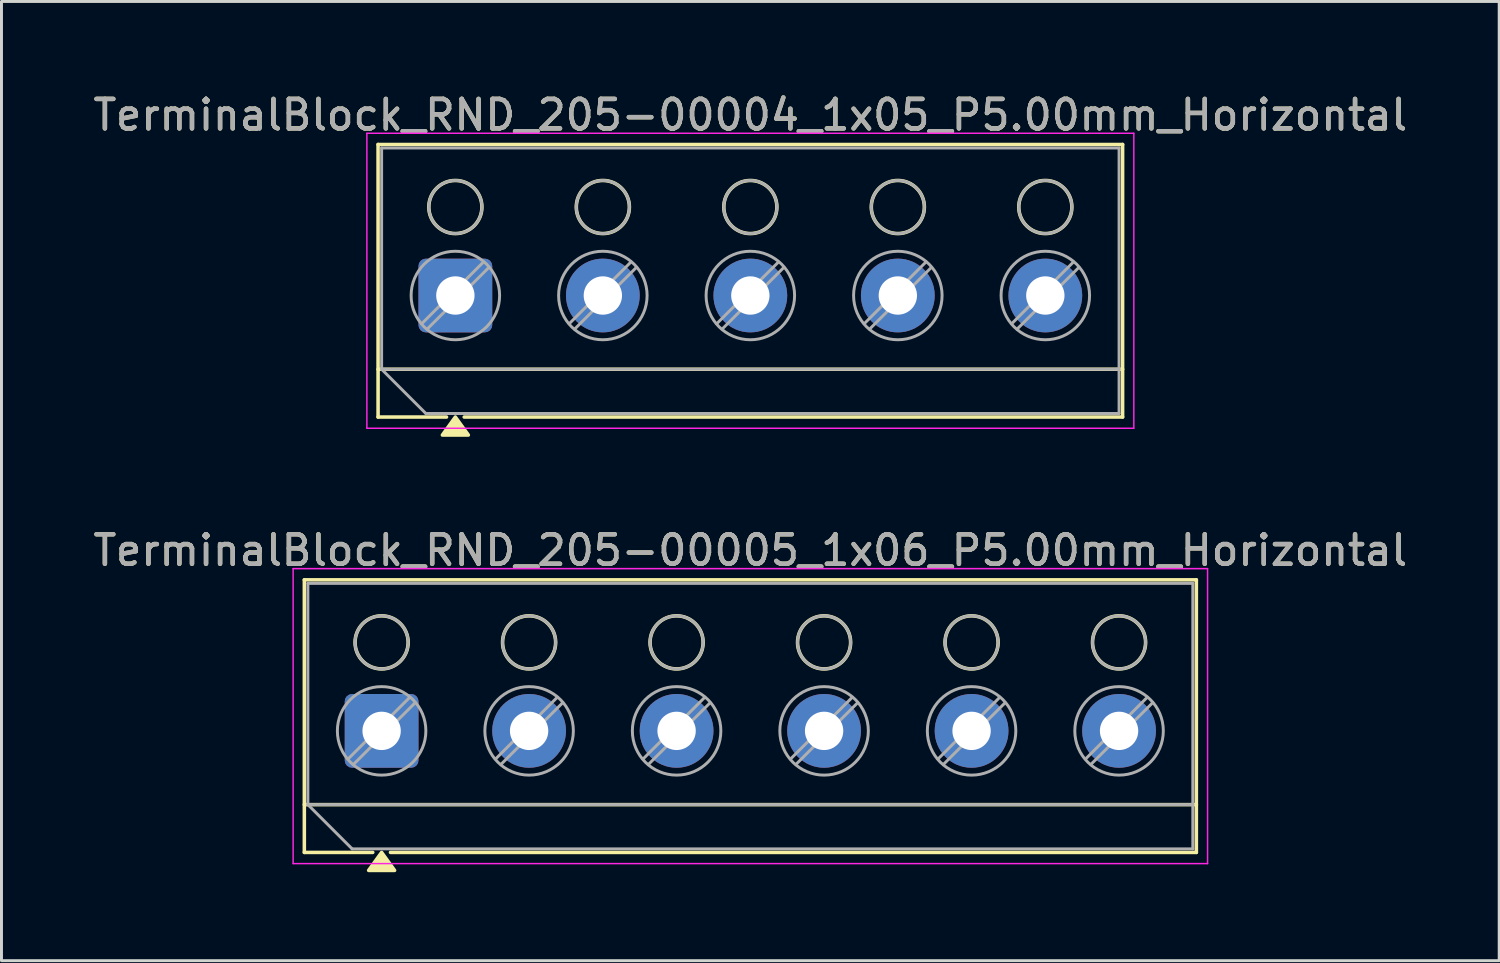
<source format=kicad_pcb>
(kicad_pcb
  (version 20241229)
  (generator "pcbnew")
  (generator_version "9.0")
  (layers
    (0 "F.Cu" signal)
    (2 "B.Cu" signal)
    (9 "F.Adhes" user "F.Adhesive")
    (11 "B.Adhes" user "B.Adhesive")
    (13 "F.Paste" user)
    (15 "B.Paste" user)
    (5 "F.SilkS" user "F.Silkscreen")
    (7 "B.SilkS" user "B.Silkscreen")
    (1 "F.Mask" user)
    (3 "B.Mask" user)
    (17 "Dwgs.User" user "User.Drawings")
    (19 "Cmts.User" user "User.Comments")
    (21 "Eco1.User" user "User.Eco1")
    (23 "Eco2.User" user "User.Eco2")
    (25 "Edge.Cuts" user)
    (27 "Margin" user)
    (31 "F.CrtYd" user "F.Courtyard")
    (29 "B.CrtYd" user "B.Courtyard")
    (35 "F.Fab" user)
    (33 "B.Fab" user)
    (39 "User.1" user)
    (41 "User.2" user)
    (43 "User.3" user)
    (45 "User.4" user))
  (footprint "TerminalBlock_RND_205-00005_1x06_P5.00mm_Horizontal"
    (layer "F.Cu")
    (at 9.887 21.727)
    (property "Reference" "TerminalBlock_RND_205-00005_1x06_P5.00mm_Horizontal" (at 12.5 -6.12 0) (layer "F.SilkS") (effects (font (size 1 1) (thickness 0.15))))
    (attr through_hole)
    (fp_line (start -2.62 -5.12) (end -2.62 4.12) (stroke (width 0.12) (type solid)) (layer "F.SilkS"))
    (fp_line (start -2.62 -5.12) (end 27.62 -5.12) (stroke (width 0.12) (type solid)) (layer "F.SilkS"))
    (fp_line (start -2.62 2.5) (end 27.62 2.5) (stroke (width 0.12) (type solid)) (layer "F.SilkS"))
    (fp_line (start -2.62 4.12) (end -0.3 4.12) (stroke (width 0.12) (type solid)) (layer "F.SilkS"))
    (fp_line (start 0.3 4.12) (end 27.62 4.12) (stroke (width 0.12) (type solid)) (layer "F.SilkS"))
    (fp_line (start 27.62 -5.12) (end 27.62 4.12) (stroke (width 0.12) (type solid)) (layer "F.SilkS"))
    (fp_circle (center 0 -3) (end 0.9 -3) (stroke (width 0.12) (type solid)) (fill no) (layer "F.SilkS"))
    (fp_circle (center 5 -3) (end 5.9 -3) (stroke (width 0.12) (type solid)) (fill no) (layer "F.SilkS"))
    (fp_circle (center 10 -3) (end 10.9 -3) (stroke (width 0.12) (type solid)) (fill no) (layer "F.SilkS"))
    (fp_circle (center 15 -3) (end 15.9 -3) (stroke (width 0.12) (type solid)) (fill no) (layer "F.SilkS"))
    (fp_circle (center 20 -3) (end 20.9 -3) (stroke (width 0.12) (type solid)) (fill no) (layer "F.SilkS"))
    (fp_circle (center 25 -3) (end 25.9 -3) (stroke (width 0.12) (type solid)) (fill no) (layer "F.SilkS"))
    (fp_poly (pts (xy 0 4.12) (xy 0.44 4.73) (xy -0.44 4.73)) (stroke (width 0.12) (type solid)) (fill yes) (layer "F.SilkS"))
    (fp_line (start -3 -5.5) (end -3 4.5) (stroke (width 0.05) (type solid)) (layer "F.CrtYd"))
    (fp_line (start -3 4.5) (end 28 4.5) (stroke (width 0.05) (type solid)) (layer "F.CrtYd"))
    (fp_line (start 28 -5.5) (end -3 -5.5) (stroke (width 0.05) (type solid)) (layer "F.CrtYd"))
    (fp_line (start 28 4.5) (end 28 -5.5) (stroke (width 0.05) (type solid)) (layer "F.CrtYd"))
    (fp_line (start -2.5 -5) (end 27.5 -5) (stroke (width 0.1) (type solid)) (layer "F.Fab"))
    (fp_line (start -2.5 2.5) (end -2.5 -5) (stroke (width 0.1) (type solid)) (layer "F.Fab"))
    (fp_line (start -2.5 2.5) (end 27.5 2.5) (stroke (width 0.1) (type solid)) (layer "F.Fab"))
    (fp_line (start -1 4) (end -2.5 2.5) (stroke (width 0.1) (type solid)) (layer "F.Fab"))
    (fp_line (start 0.955 -1.138) (end -1.138 0.954) (stroke (width 0.1) (type solid)) (layer "F.Fab"))
    (fp_line (start 1.138 -0.954) (end -0.955 1.137) (stroke (width 0.1) (type solid)) (layer "F.Fab"))
    (fp_line (start 5.955 -1.138) (end 3.862 0.954) (stroke (width 0.1) (type solid)) (layer "F.Fab"))
    (fp_line (start 6.138 -0.954) (end 4.045 1.137) (stroke (width 0.1) (type solid)) (layer "F.Fab"))
    (fp_line (start 10.955 -1.138) (end 8.862 0.954) (stroke (width 0.1) (type solid)) (layer "F.Fab"))
    (fp_line (start 11.138 -0.954) (end 9.045 1.137) (stroke (width 0.1) (type solid)) (layer "F.Fab"))
    (fp_line (start 15.955 -1.138) (end 13.862 0.954) (stroke (width 0.1) (type solid)) (layer "F.Fab"))
    (fp_line (start 16.138 -0.954) (end 14.045 1.137) (stroke (width 0.1) (type solid)) (layer "F.Fab"))
    (fp_line (start 20.955 -1.138) (end 18.862 0.954) (stroke (width 0.1) (type solid)) (layer "F.Fab"))
    (fp_line (start 21.138 -0.954) (end 19.045 1.137) (stroke (width 0.1) (type solid)) (layer "F.Fab"))
    (fp_line (start 25.955 -1.138) (end 23.862 0.954) (stroke (width 0.1) (type solid)) (layer "F.Fab"))
    (fp_line (start 26.138 -0.954) (end 24.045 1.137) (stroke (width 0.1) (type solid)) (layer "F.Fab"))
    (fp_line (start 27.5 -5) (end 27.5 4) (stroke (width 0.1) (type solid)) (layer "F.Fab"))
    (fp_line (start 27.5 4) (end -1 4) (stroke (width 0.1) (type solid)) (layer "F.Fab"))
    (fp_circle (center 0 -3) (end 0.9 -3) (stroke (width 0.1) (type solid)) (fill no) (layer "F.Fab"))
    (fp_circle (center 0 0) (end 1.5 0) (stroke (width 0.1) (type solid)) (fill no) (layer "F.Fab"))
    (fp_circle (center 5 -3) (end 5.9 -3) (stroke (width 0.1) (type solid)) (fill no) (layer "F.Fab"))
    (fp_circle (center 5 0) (end 6.5 0) (stroke (width 0.1) (type solid)) (fill no) (layer "F.Fab"))
    (fp_circle (center 10 -3) (end 10.9 -3) (stroke (width 0.1) (type solid)) (fill no) (layer "F.Fab"))
    (fp_circle (center 10 0) (end 11.5 0) (stroke (width 0.1) (type solid)) (fill no) (layer "F.Fab"))
    (fp_circle (center 15 -3) (end 15.9 -3) (stroke (width 0.1) (type solid)) (fill no) (layer "F.Fab"))
    (fp_circle (center 15 0) (end 16.5 0) (stroke (width 0.1) (type solid)) (fill no) (layer "F.Fab"))
    (fp_circle (center 20 -3) (end 20.9 -3) (stroke (width 0.1) (type solid)) (fill no) (layer "F.Fab"))
    (fp_circle (center 20 0) (end 21.5 0) (stroke (width 0.1) (type solid)) (fill no) (layer "F.Fab"))
    (fp_circle (center 25 -3) (end 25.9 -3) (stroke (width 0.1) (type solid)) (fill no) (layer "F.Fab"))
    (fp_circle (center 25 0) (end 26.5 0) (stroke (width 0.1) (type solid)) (fill no) (layer "F.Fab"))
    (fp_text user "${REFERENCE}" (at 12.5 -6.12 0) (layer "F.Fab") (effects (font (size 1 1) (thickness 0.15))))
    (pad "1" thru_hole roundrect (at 0 0) (size 2.5 2.5) (drill 1.3) (layers "*.Cu" "*.Mask") (roundrect_rratio 0.1))
    (pad "2" thru_hole circle (at 5 0) (size 2.5 2.5) (drill 1.3) (layers "*.Cu" "*.Mask"))
    (pad "3" thru_hole circle (at 10 0) (size 2.5 2.5) (drill 1.3) (layers "*.Cu" "*.Mask"))
    (pad "4" thru_hole circle (at 15 0) (size 2.5 2.5) (drill 1.3) (layers "*.Cu" "*.Mask"))
    (pad "5" thru_hole circle (at 20 0) (size 2.5 2.5) (drill 1.3) (layers "*.Cu" "*.Mask"))
    (pad "6" thru_hole circle (at 25 0) (size 2.5 2.5) (drill 1.3) (layers "*.Cu" "*.Mask")))
  (footprint "TerminalBlock_RND_205-00004_1x05_P5.00mm_Horizontal"
    (layer "F.Cu")
    (at 12.387 6.968)
    (property "Reference" "TerminalBlock_RND_205-00004_1x05_P5.00mm_Horizontal" (at 10 -6.12 0) (layer "F.SilkS") (effects (font (size 1 1) (thickness 0.15))))
    (attr through_hole)
    (fp_line (start -2.62 -5.12) (end -2.62 4.12) (stroke (width 0.12) (type solid)) (layer "F.SilkS"))
    (fp_line (start -2.62 -5.12) (end 22.62 -5.12) (stroke (width 0.12) (type solid)) (layer "F.SilkS"))
    (fp_line (start -2.62 2.5) (end 22.62 2.5) (stroke (width 0.12) (type solid)) (layer "F.SilkS"))
    (fp_line (start -2.62 4.12) (end -0.3 4.12) (stroke (width 0.12) (type solid)) (layer "F.SilkS"))
    (fp_line (start 0.3 4.12) (end 22.62 4.12) (stroke (width 0.12) (type solid)) (layer "F.SilkS"))
    (fp_line (start 22.62 -5.12) (end 22.62 4.12) (stroke (width 0.12) (type solid)) (layer "F.SilkS"))
    (fp_circle (center 0 -3) (end 0.9 -3) (stroke (width 0.12) (type solid)) (fill no) (layer "F.SilkS"))
    (fp_circle (center 5 -3) (end 5.9 -3) (stroke (width 0.12) (type solid)) (fill no) (layer "F.SilkS"))
    (fp_circle (center 10 -3) (end 10.9 -3) (stroke (width 0.12) (type solid)) (fill no) (layer "F.SilkS"))
    (fp_circle (center 15 -3) (end 15.9 -3) (stroke (width 0.12) (type solid)) (fill no) (layer "F.SilkS"))
    (fp_circle (center 20 -3) (end 20.9 -3) (stroke (width 0.12) (type solid)) (fill no) (layer "F.SilkS"))
    (fp_poly (pts (xy 0 4.12) (xy 0.44 4.73) (xy -0.44 4.73)) (stroke (width 0.12) (type solid)) (fill yes) (layer "F.SilkS"))
    (fp_line (start -3 -5.5) (end -3 4.5) (stroke (width 0.05) (type solid)) (layer "F.CrtYd"))
    (fp_line (start -3 4.5) (end 23 4.5) (stroke (width 0.05) (type solid)) (layer "F.CrtYd"))
    (fp_line (start 23 -5.5) (end -3 -5.5) (stroke (width 0.05) (type solid)) (layer "F.CrtYd"))
    (fp_line (start 23 4.5) (end 23 -5.5) (stroke (width 0.05) (type solid)) (layer "F.CrtYd"))
    (fp_line (start -2.5 -5) (end 22.5 -5) (stroke (width 0.1) (type solid)) (layer "F.Fab"))
    (fp_line (start -2.5 2.5) (end -2.5 -5) (stroke (width 0.1) (type solid)) (layer "F.Fab"))
    (fp_line (start -2.5 2.5) (end 22.5 2.5) (stroke (width 0.1) (type solid)) (layer "F.Fab"))
    (fp_line (start -1 4) (end -2.5 2.5) (stroke (width 0.1) (type solid)) (layer "F.Fab"))
    (fp_line (start 0.955 -1.138) (end -1.138 0.954) (stroke (width 0.1) (type solid)) (layer "F.Fab"))
    (fp_line (start 1.138 -0.954) (end -0.955 1.137) (stroke (width 0.1) (type solid)) (layer "F.Fab"))
    (fp_line (start 5.955 -1.138) (end 3.862 0.954) (stroke (width 0.1) (type solid)) (layer "F.Fab"))
    (fp_line (start 6.138 -0.954) (end 4.045 1.137) (stroke (width 0.1) (type solid)) (layer "F.Fab"))
    (fp_line (start 10.955 -1.138) (end 8.862 0.954) (stroke (width 0.1) (type solid)) (layer "F.Fab"))
    (fp_line (start 11.138 -0.954) (end 9.045 1.137) (stroke (width 0.1) (type solid)) (layer "F.Fab"))
    (fp_line (start 15.955 -1.138) (end 13.862 0.954) (stroke (width 0.1) (type solid)) (layer "F.Fab"))
    (fp_line (start 16.138 -0.954) (end 14.045 1.137) (stroke (width 0.1) (type solid)) (layer "F.Fab"))
    (fp_line (start 20.955 -1.138) (end 18.862 0.954) (stroke (width 0.1) (type solid)) (layer "F.Fab"))
    (fp_line (start 21.138 -0.954) (end 19.045 1.137) (stroke (width 0.1) (type solid)) (layer "F.Fab"))
    (fp_line (start 22.5 -5) (end 22.5 4) (stroke (width 0.1) (type solid)) (layer "F.Fab"))
    (fp_line (start 22.5 4) (end -1 4) (stroke (width 0.1) (type solid)) (layer "F.Fab"))
    (fp_circle (center 0 -3) (end 0.9 -3) (stroke (width 0.1) (type solid)) (fill no) (layer "F.Fab"))
    (fp_circle (center 0 0) (end 1.5 0) (stroke (width 0.1) (type solid)) (fill no) (layer "F.Fab"))
    (fp_circle (center 5 -3) (end 5.9 -3) (stroke (width 0.1) (type solid)) (fill no) (layer "F.Fab"))
    (fp_circle (center 5 0) (end 6.5 0) (stroke (width 0.1) (type solid)) (fill no) (layer "F.Fab"))
    (fp_circle (center 10 -3) (end 10.9 -3) (stroke (width 0.1) (type solid)) (fill no) (layer "F.Fab"))
    (fp_circle (center 10 0) (end 11.5 0) (stroke (width 0.1) (type solid)) (fill no) (layer "F.Fab"))
    (fp_circle (center 15 -3) (end 15.9 -3) (stroke (width 0.1) (type solid)) (fill no) (layer "F.Fab"))
    (fp_circle (center 15 0) (end 16.5 0) (stroke (width 0.1) (type solid)) (fill no) (layer "F.Fab"))
    (fp_circle (center 20 -3) (end 20.9 -3) (stroke (width 0.1) (type solid)) (fill no) (layer "F.Fab"))
    (fp_circle (center 20 0) (end 21.5 0) (stroke (width 0.1) (type solid)) (fill no) (layer "F.Fab"))
    (fp_text user "${REFERENCE}" (at 10 -6.12 0) (layer "F.Fab") (effects (font (size 1 1) (thickness 0.15))))
    (pad "1" thru_hole roundrect (at 0 0) (size 2.5 2.5) (drill 1.3) (layers "*.Cu" "*.Mask") (roundrect_rratio 0.1))
    (pad "2" thru_hole circle (at 5 0) (size 2.5 2.5) (drill 1.3) (layers "*.Cu" "*.Mask"))
    (pad "3" thru_hole circle (at 10 0) (size 2.5 2.5) (drill 1.3) (layers "*.Cu" "*.Mask"))
    (pad "4" thru_hole circle (at 15 0) (size 2.5 2.5) (drill 1.3) (layers "*.Cu" "*.Mask"))
    (pad "5" thru_hole circle (at 20 0) (size 2.5 2.5) (drill 1.3) (layers "*.Cu" "*.Mask")))
  (gr_rect
    (start -3 -3)
    (end 47.774 29.517)
    (stroke (width 0.1) (type default))
    (fill no)
    (layer "Edge.Cuts")))
</source>
